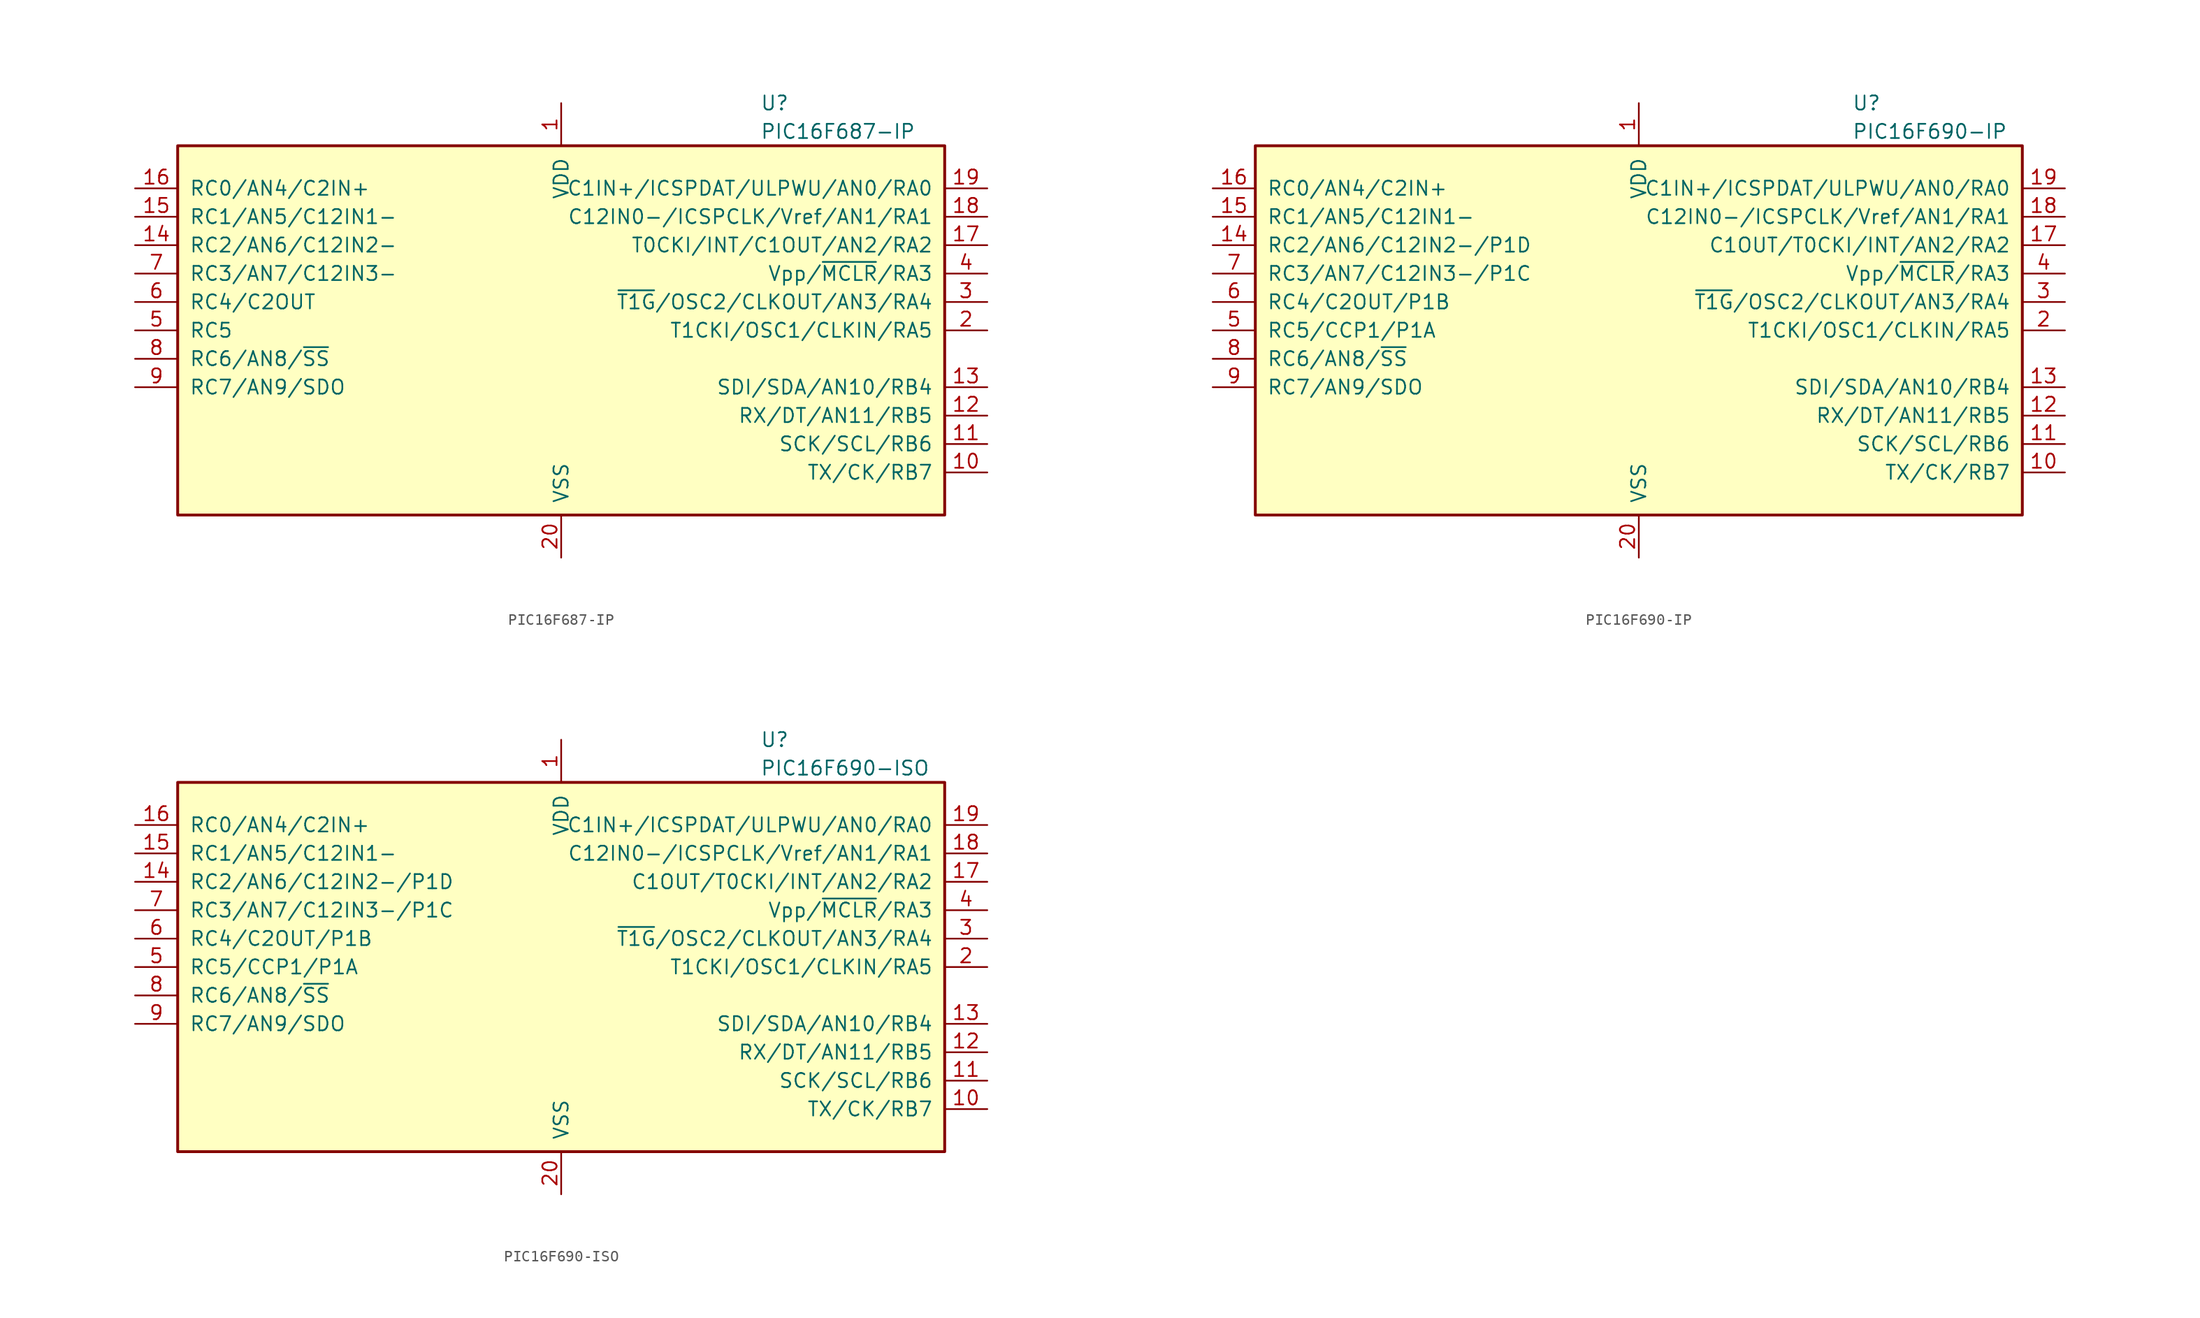
<source format=kicad_sym>
(kicad_symbol_lib
  (version 20201005)
  (generator kicad_symbol_editor)
  (symbol "MCU_Microchip_PIC16:PIC16F687-IP"
    (pin_names
      (offset 1.016))
    (property "Reference" "U"
      (at 17.78 20.32 0)
      (effects (font (size 1.27 1.27)) (justify left)))
    (property "Value" "PIC16F687-IP"
      (at 17.78 17.78 0)
      (effects (font (size 1.27 1.27)) (justify left)))
    (symbol "PIC16F687-IP_0_1"
      (rectangle (start -34.29 16.51) (end 34.29 -16.51) (stroke (width 0.254)) (fill (type background))))
    (symbol "PIC16F687-IP_1_1"
      (pin power_in line (at 0 20.32 270) (length 3.81) (name "VDD" (effects (font (size 1.27 1.27)))) (number "1" (effects (font (size 1.27 1.27)))))
      (pin bidirectional line (at 38.1 -12.7 180) (length 3.81) (name "TX/CK/RB7" (effects (font (size 1.27 1.27)))) (number "10" (effects (font (size 1.27 1.27)))))
      (pin bidirectional line (at 38.1 -10.16 180) (length 3.81) (name "SCK/SCL/RB6" (effects (font (size 1.27 1.27)))) (number "11" (effects (font (size 1.27 1.27)))))
      (pin bidirectional line (at 38.1 -7.62 180) (length 3.81) (name "RX/DT/AN11/RB5" (effects (font (size 1.27 1.27)))) (number "12" (effects (font (size 1.27 1.27)))))
      (pin bidirectional line (at 38.1 -5.08 180) (length 3.81) (name "SDI/SDA/AN10/RB4" (effects (font (size 1.27 1.27)))) (number "13" (effects (font (size 1.27 1.27)))))
      (pin bidirectional line (at -38.1 7.62 0) (length 3.81) (name "RC2/AN6/C12IN2-" (effects (font (size 1.27 1.27)))) (number "14" (effects (font (size 1.27 1.27)))))
      (pin bidirectional line (at -38.1 10.16 0) (length 3.81) (name "RC1/AN5/C12IN1-" (effects (font (size 1.27 1.27)))) (number "15" (effects (font (size 1.27 1.27)))))
      (pin bidirectional line (at -38.1 12.7 0) (length 3.81) (name "RC0/AN4/C2IN+" (effects (font (size 1.27 1.27)))) (number "16" (effects (font (size 1.27 1.27)))))
      (pin bidirectional line (at 38.1 7.62 180) (length 3.81) (name "T0CKI/INT/C1OUT/AN2/RA2" (effects (font (size 1.27 1.27)))) (number "17" (effects (font (size 1.27 1.27)))))
      (pin bidirectional line (at 38.1 10.16 180) (length 3.81) (name "C12IN0-/ICSPCLK/Vref/AN1/RA1" (effects (font (size 1.27 1.27)))) (number "18" (effects (font (size 1.27 1.27)))))
      (pin bidirectional line (at 38.1 12.7 180) (length 3.81) (name "C1IN+/ICSPDAT/ULPWU/AN0/RA0" (effects (font (size 1.27 1.27)))) (number "19" (effects (font (size 1.27 1.27)))))
      (pin bidirectional line (at 38.1 0 180) (length 3.81) (name "T1CKI/OSC1/CLKIN/RA5" (effects (font (size 1.27 1.27)))) (number "2" (effects (font (size 1.27 1.27)))))
      (pin power_in line (at 0 -20.32 90) (length 3.81) (name "VSS" (effects (font (size 1.27 1.27)))) (number "20" (effects (font (size 1.27 1.27)))))
      (pin bidirectional line (at 38.1 2.54 180) (length 3.81) (name "~T1G~/OSC2/CLKOUT/AN3/RA4" (effects (font (size 1.27 1.27)))) (number "3" (effects (font (size 1.27 1.27)))))
      (pin input line (at 38.1 5.08 180) (length 3.81) (name "Vpp/~MCLR~/RA3" (effects (font (size 1.27 1.27)))) (number "4" (effects (font (size 1.27 1.27)))))
      (pin bidirectional line (at -38.1 0 0) (length 3.81) (name "RC5" (effects (font (size 1.27 1.27)))) (number "5" (effects (font (size 1.27 1.27)))))
      (pin bidirectional line (at -38.1 2.54 0) (length 3.81) (name "RC4/C2OUT" (effects (font (size 1.27 1.27)))) (number "6" (effects (font (size 1.27 1.27)))))
      (pin bidirectional line (at -38.1 5.08 0) (length 3.81) (name "RC3/AN7/C12IN3-" (effects (font (size 1.27 1.27)))) (number "7" (effects (font (size 1.27 1.27)))))
      (pin bidirectional line (at -38.1 -2.54 0) (length 3.81) (name "RC6/AN8/~SS~" (effects (font (size 1.27 1.27)))) (number "8" (effects (font (size 1.27 1.27)))))
      (pin bidirectional line (at -38.1 -5.08 0) (length 3.81) (name "RC7/AN9/SDO" (effects (font (size 1.27 1.27)))) (number "9" (effects (font (size 1.27 1.27)))))))
  (symbol "MCU_Microchip_PIC16:PIC16F690-IP"
    (pin_names
      (offset 1.016))
    (property "Reference" "U"
      (at 19.05 20.32 0)
      (effects (font (size 1.27 1.27)) (justify left)))
    (property "Value" "PIC16F690-IP"
      (at 19.05 17.78 0)
      (effects (font (size 1.27 1.27)) (justify left)))
    (symbol "PIC16F690-IP_0_1"
      (rectangle (start -34.29 16.51) (end 34.29 -16.51) (stroke (width 0.254)) (fill (type background))))
    (symbol "PIC16F690-IP_1_1"
      (pin power_in line (at 0 20.32 270) (length 3.81) (name "VDD" (effects (font (size 1.27 1.27)))) (number "1" (effects (font (size 1.27 1.27)))))
      (pin bidirectional line (at 38.1 -12.7 180) (length 3.81) (name "TX/CK/RB7" (effects (font (size 1.27 1.27)))) (number "10" (effects (font (size 1.27 1.27)))))
      (pin bidirectional line (at 38.1 -10.16 180) (length 3.81) (name "SCK/SCL/RB6" (effects (font (size 1.27 1.27)))) (number "11" (effects (font (size 1.27 1.27)))))
      (pin bidirectional line (at 38.1 -7.62 180) (length 3.81) (name "RX/DT/AN11/RB5" (effects (font (size 1.27 1.27)))) (number "12" (effects (font (size 1.27 1.27)))))
      (pin bidirectional line (at 38.1 -5.08 180) (length 3.81) (name "SDI/SDA/AN10/RB4" (effects (font (size 1.27 1.27)))) (number "13" (effects (font (size 1.27 1.27)))))
      (pin bidirectional line (at -38.1 7.62 0) (length 3.81) (name "RC2/AN6/C12IN2-/P1D" (effects (font (size 1.27 1.27)))) (number "14" (effects (font (size 1.27 1.27)))))
      (pin bidirectional line (at -38.1 10.16 0) (length 3.81) (name "RC1/AN5/C12IN1-" (effects (font (size 1.27 1.27)))) (number "15" (effects (font (size 1.27 1.27)))))
      (pin bidirectional line (at -38.1 12.7 0) (length 3.81) (name "RC0/AN4/C2IN+" (effects (font (size 1.27 1.27)))) (number "16" (effects (font (size 1.27 1.27)))))
      (pin bidirectional line (at 38.1 7.62 180) (length 3.81) (name "C1OUT/T0CKI/INT/AN2/RA2" (effects (font (size 1.27 1.27)))) (number "17" (effects (font (size 1.27 1.27)))))
      (pin bidirectional line (at 38.1 10.16 180) (length 3.81) (name "C12IN0-/ICSPCLK/Vref/AN1/RA1" (effects (font (size 1.27 1.27)))) (number "18" (effects (font (size 1.27 1.27)))))
      (pin bidirectional line (at 38.1 12.7 180) (length 3.81) (name "C1IN+/ICSPDAT/ULPWU/AN0/RA0" (effects (font (size 1.27 1.27)))) (number "19" (effects (font (size 1.27 1.27)))))
      (pin bidirectional line (at 38.1 0 180) (length 3.81) (name "T1CKI/OSC1/CLKIN/RA5" (effects (font (size 1.27 1.27)))) (number "2" (effects (font (size 1.27 1.27)))))
      (pin power_in line (at 0 -20.32 90) (length 3.81) (name "VSS" (effects (font (size 1.27 1.27)))) (number "20" (effects (font (size 1.27 1.27)))))
      (pin bidirectional line (at 38.1 2.54 180) (length 3.81) (name "~T1G~/OSC2/CLKOUT/AN3/RA4" (effects (font (size 1.27 1.27)))) (number "3" (effects (font (size 1.27 1.27)))))
      (pin input line (at 38.1 5.08 180) (length 3.81) (name "Vpp/~MCLR~/RA3" (effects (font (size 1.27 1.27)))) (number "4" (effects (font (size 1.27 1.27)))))
      (pin bidirectional line (at -38.1 0 0) (length 3.81) (name "RC5/CCP1/P1A" (effects (font (size 1.27 1.27)))) (number "5" (effects (font (size 1.27 1.27)))))
      (pin bidirectional line (at -38.1 2.54 0) (length 3.81) (name "RC4/C2OUT/P1B" (effects (font (size 1.27 1.27)))) (number "6" (effects (font (size 1.27 1.27)))))
      (pin bidirectional line (at -38.1 5.08 0) (length 3.81) (name "RC3/AN7/C12IN3-/P1C" (effects (font (size 1.27 1.27)))) (number "7" (effects (font (size 1.27 1.27)))))
      (pin bidirectional line (at -38.1 -2.54 0) (length 3.81) (name "RC6/AN8/~SS~" (effects (font (size 1.27 1.27)))) (number "8" (effects (font (size 1.27 1.27)))))
      (pin bidirectional line (at -38.1 -5.08 0) (length 3.81) (name "RC7/AN9/SDO" (effects (font (size 1.27 1.27)))) (number "9" (effects (font (size 1.27 1.27)))))))
  (symbol "MCU_Microchip_PIC16:PIC16F690-ISO"
    (pin_names
      (offset 1.016))
    (property "Reference" "U"
      (at 17.78 20.32 0)
      (effects (font (size 1.27 1.27)) (justify left)))
    (property "Value" "PIC16F690-ISO"
      (at 17.78 17.78 0)
      (effects (font (size 1.27 1.27)) (justify left)))
    (symbol "PIC16F690-ISO_0_1"
      (rectangle (start -34.29 16.51) (end 34.29 -16.51) (stroke (width 0.254)) (fill (type background))))
    (symbol "PIC16F690-ISO_1_1"
      (pin power_in line (at 0 20.32 270) (length 3.81) (name "VDD" (effects (font (size 1.27 1.27)))) (number "1" (effects (font (size 1.27 1.27)))))
      (pin bidirectional line (at 38.1 -12.7 180) (length 3.81) (name "TX/CK/RB7" (effects (font (size 1.27 1.27)))) (number "10" (effects (font (size 1.27 1.27)))))
      (pin bidirectional line (at 38.1 -10.16 180) (length 3.81) (name "SCK/SCL/RB6" (effects (font (size 1.27 1.27)))) (number "11" (effects (font (size 1.27 1.27)))))
      (pin bidirectional line (at 38.1 -7.62 180) (length 3.81) (name "RX/DT/AN11/RB5" (effects (font (size 1.27 1.27)))) (number "12" (effects (font (size 1.27 1.27)))))
      (pin bidirectional line (at 38.1 -5.08 180) (length 3.81) (name "SDI/SDA/AN10/RB4" (effects (font (size 1.27 1.27)))) (number "13" (effects (font (size 1.27 1.27)))))
      (pin bidirectional line (at -38.1 7.62 0) (length 3.81) (name "RC2/AN6/C12IN2-/P1D" (effects (font (size 1.27 1.27)))) (number "14" (effects (font (size 1.27 1.27)))))
      (pin bidirectional line (at -38.1 10.16 0) (length 3.81) (name "RC1/AN5/C12IN1-" (effects (font (size 1.27 1.27)))) (number "15" (effects (font (size 1.27 1.27)))))
      (pin bidirectional line (at -38.1 12.7 0) (length 3.81) (name "RC0/AN4/C2IN+" (effects (font (size 1.27 1.27)))) (number "16" (effects (font (size 1.27 1.27)))))
      (pin bidirectional line (at 38.1 7.62 180) (length 3.81) (name "C1OUT/T0CKI/INT/AN2/RA2" (effects (font (size 1.27 1.27)))) (number "17" (effects (font (size 1.27 1.27)))))
      (pin bidirectional line (at 38.1 10.16 180) (length 3.81) (name "C12IN0-/ICSPCLK/Vref/AN1/RA1" (effects (font (size 1.27 1.27)))) (number "18" (effects (font (size 1.27 1.27)))))
      (pin bidirectional line (at 38.1 12.7 180) (length 3.81) (name "C1IN+/ICSPDAT/ULPWU/AN0/RA0" (effects (font (size 1.27 1.27)))) (number "19" (effects (font (size 1.27 1.27)))))
      (pin bidirectional line (at 38.1 0 180) (length 3.81) (name "T1CKI/OSC1/CLKIN/RA5" (effects (font (size 1.27 1.27)))) (number "2" (effects (font (size 1.27 1.27)))))
      (pin power_in line (at 0 -20.32 90) (length 3.81) (name "VSS" (effects (font (size 1.27 1.27)))) (number "20" (effects (font (size 1.27 1.27)))))
      (pin bidirectional line (at 38.1 2.54 180) (length 3.81) (name "~T1G~/OSC2/CLKOUT/AN3/RA4" (effects (font (size 1.27 1.27)))) (number "3" (effects (font (size 1.27 1.27)))))
      (pin input line (at 38.1 5.08 180) (length 3.81) (name "Vpp/~MCLR~/RA3" (effects (font (size 1.27 1.27)))) (number "4" (effects (font (size 1.27 1.27)))))
      (pin bidirectional line (at -38.1 0 0) (length 3.81) (name "RC5/CCP1/P1A" (effects (font (size 1.27 1.27)))) (number "5" (effects (font (size 1.27 1.27)))))
      (pin bidirectional line (at -38.1 2.54 0) (length 3.81) (name "RC4/C2OUT/P1B" (effects (font (size 1.27 1.27)))) (number "6" (effects (font (size 1.27 1.27)))))
      (pin bidirectional line (at -38.1 5.08 0) (length 3.81) (name "RC3/AN7/C12IN3-/P1C" (effects (font (size 1.27 1.27)))) (number "7" (effects (font (size 1.27 1.27)))))
      (pin bidirectional line (at -38.1 -2.54 0) (length 3.81) (name "RC6/AN8/~SS~" (effects (font (size 1.27 1.27)))) (number "8" (effects (font (size 1.27 1.27)))))
      (pin bidirectional line (at -38.1 -5.08 0) (length 3.81) (name "RC7/AN9/SDO" (effects (font (size 1.27 1.27)))) (number "9" (effects (font (size 1.27 1.27))))))))
</source>
